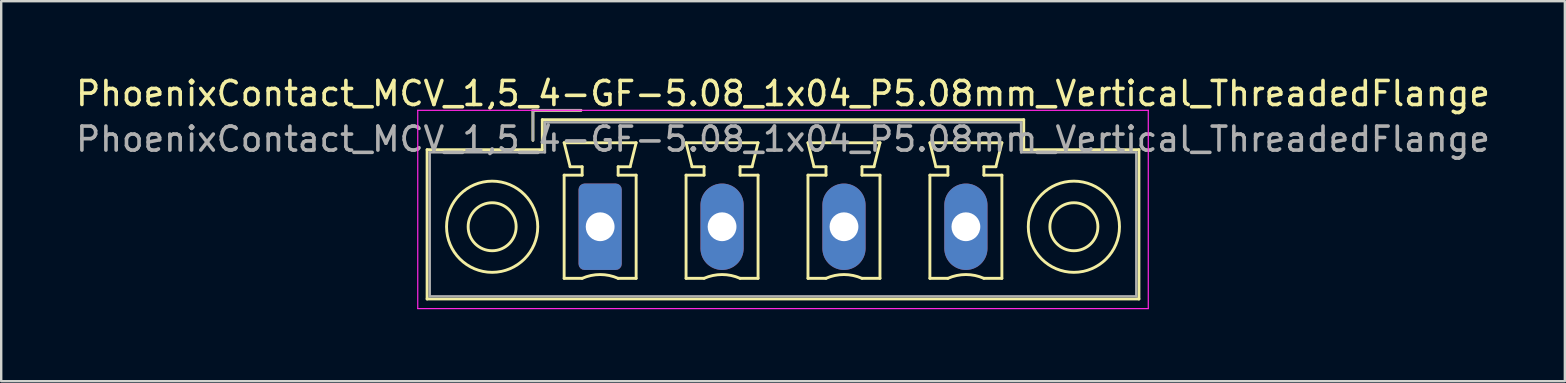
<source format=kicad_pcb>
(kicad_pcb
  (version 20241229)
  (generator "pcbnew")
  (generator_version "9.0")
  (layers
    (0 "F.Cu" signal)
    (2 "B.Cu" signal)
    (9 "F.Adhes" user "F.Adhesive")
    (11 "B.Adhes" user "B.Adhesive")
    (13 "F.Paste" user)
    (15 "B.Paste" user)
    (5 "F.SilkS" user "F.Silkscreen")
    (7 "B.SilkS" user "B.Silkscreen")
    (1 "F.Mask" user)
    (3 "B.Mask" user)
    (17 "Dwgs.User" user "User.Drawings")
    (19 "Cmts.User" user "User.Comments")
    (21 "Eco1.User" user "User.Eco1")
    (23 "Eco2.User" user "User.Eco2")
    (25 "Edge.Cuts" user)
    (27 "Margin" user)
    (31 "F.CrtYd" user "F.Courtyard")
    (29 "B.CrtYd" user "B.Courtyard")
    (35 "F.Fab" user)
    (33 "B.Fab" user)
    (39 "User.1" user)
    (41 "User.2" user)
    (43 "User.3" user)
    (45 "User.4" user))
  (footprint "PhoenixContact_MCV_1,5_4-GF-5.08_1x04_P5.08mm_Vertical_ThreadedFlange"
    (layer "F.Cu")
    (at 21.957 6.398)
    (property "Reference" "PhoenixContact_MCV_1,5_4-GF-5.08_1x04_P5.08mm_Vertical_ThreadedFlange" (at 7.62 -5.55 0) (layer "F.SilkS") (effects (font (size 1 1) (thickness 0.15))))
    (attr through_hole)
    (fp_line (start -7.21 -3.21) (end -7.21 3.01) (stroke (width 0.12) (type solid)) (layer "F.SilkS"))
    (fp_line (start -7.21 3.01) (end 22.45 3.01) (stroke (width 0.12) (type solid)) (layer "F.SilkS"))
    (fp_line (start -2.8 -4.85) (end -0.8 -4.85) (stroke (width 0.12) (type solid)) (layer "F.SilkS"))
    (fp_line (start -2.8 -3.6) (end -2.8 -4.85) (stroke (width 0.12) (type solid)) (layer "F.SilkS"))
    (fp_line (start -2.41 -4.46) (end -2.41 -3.21) (stroke (width 0.12) (type solid)) (layer "F.SilkS"))
    (fp_line (start -2.41 -3.21) (end -7.21 -3.21) (stroke (width 0.12) (type solid)) (layer "F.SilkS"))
    (fp_line (start -1.5 -3.5) (end 1.5 -3.5) (stroke (width 0.12) (type solid)) (layer "F.SilkS"))
    (fp_line (start -1.5 -2.15) (end -0.75 -2.15) (stroke (width 0.12) (type solid)) (layer "F.SilkS"))
    (fp_line (start -1.5 2.15) (end -1.5 -2.15) (stroke (width 0.12) (type solid)) (layer "F.SilkS"))
    (fp_line (start -1.25 -2.5) (end -1.5 -3.5) (stroke (width 0.12) (type solid)) (layer "F.SilkS"))
    (fp_line (start -0.75 -2.5) (end -1.25 -2.5) (stroke (width 0.12) (type solid)) (layer "F.SilkS"))
    (fp_line (start -0.75 -2.15) (end -0.75 -2.5) (stroke (width 0.12) (type solid)) (layer "F.SilkS"))
    (fp_line (start -0.75 2.15) (end -1.5 2.15) (stroke (width 0.12) (type solid)) (layer "F.SilkS"))
    (fp_line (start 0.75 -2.5) (end 0.75 -2.15) (stroke (width 0.12) (type solid)) (layer "F.SilkS"))
    (fp_line (start 0.75 -2.15) (end 1.5 -2.15) (stroke (width 0.12) (type solid)) (layer "F.SilkS"))
    (fp_line (start 1.25 -2.5) (end 0.75 -2.5) (stroke (width 0.12) (type solid)) (layer "F.SilkS"))
    (fp_line (start 1.5 -3.5) (end 1.25 -2.5) (stroke (width 0.12) (type solid)) (layer "F.SilkS"))
    (fp_line (start 1.5 -2.15) (end 1.5 2.15) (stroke (width 0.12) (type solid)) (layer "F.SilkS"))
    (fp_line (start 1.5 2.15) (end 0.75 2.15) (stroke (width 0.12) (type solid)) (layer "F.SilkS"))
    (fp_line (start 3.58 -3.5) (end 6.58 -3.5) (stroke (width 0.12) (type solid)) (layer "F.SilkS"))
    (fp_line (start 3.58 -2.15) (end 4.33 -2.15) (stroke (width 0.12) (type solid)) (layer "F.SilkS"))
    (fp_line (start 3.58 2.15) (end 3.58 -2.15) (stroke (width 0.12) (type solid)) (layer "F.SilkS"))
    (fp_line (start 3.83 -2.5) (end 3.58 -3.5) (stroke (width 0.12) (type solid)) (layer "F.SilkS"))
    (fp_line (start 4.33 -2.5) (end 3.83 -2.5) (stroke (width 0.12) (type solid)) (layer "F.SilkS"))
    (fp_line (start 4.33 -2.15) (end 4.33 -2.5) (stroke (width 0.12) (type solid)) (layer "F.SilkS"))
    (fp_line (start 4.33 2.15) (end 3.58 2.15) (stroke (width 0.12) (type solid)) (layer "F.SilkS"))
    (fp_line (start 5.83 -2.5) (end 5.83 -2.15) (stroke (width 0.12) (type solid)) (layer "F.SilkS"))
    (fp_line (start 5.83 -2.15) (end 6.58 -2.15) (stroke (width 0.12) (type solid)) (layer "F.SilkS"))
    (fp_line (start 6.33 -2.5) (end 5.83 -2.5) (stroke (width 0.12) (type solid)) (layer "F.SilkS"))
    (fp_line (start 6.58 -3.5) (end 6.33 -2.5) (stroke (width 0.12) (type solid)) (layer "F.SilkS"))
    (fp_line (start 6.58 -2.15) (end 6.58 2.15) (stroke (width 0.12) (type solid)) (layer "F.SilkS"))
    (fp_line (start 6.58 2.15) (end 5.83 2.15) (stroke (width 0.12) (type solid)) (layer "F.SilkS"))
    (fp_line (start 8.66 -3.5) (end 11.66 -3.5) (stroke (width 0.12) (type solid)) (layer "F.SilkS"))
    (fp_line (start 8.66 -2.15) (end 9.41 -2.15) (stroke (width 0.12) (type solid)) (layer "F.SilkS"))
    (fp_line (start 8.66 2.15) (end 8.66 -2.15) (stroke (width 0.12) (type solid)) (layer "F.SilkS"))
    (fp_line (start 8.91 -2.5) (end 8.66 -3.5) (stroke (width 0.12) (type solid)) (layer "F.SilkS"))
    (fp_line (start 9.41 -2.5) (end 8.91 -2.5) (stroke (width 0.12) (type solid)) (layer "F.SilkS"))
    (fp_line (start 9.41 -2.15) (end 9.41 -2.5) (stroke (width 0.12) (type solid)) (layer "F.SilkS"))
    (fp_line (start 9.41 2.15) (end 8.66 2.15) (stroke (width 0.12) (type solid)) (layer "F.SilkS"))
    (fp_line (start 10.91 -2.5) (end 10.91 -2.15) (stroke (width 0.12) (type solid)) (layer "F.SilkS"))
    (fp_line (start 10.91 -2.15) (end 11.66 -2.15) (stroke (width 0.12) (type solid)) (layer "F.SilkS"))
    (fp_line (start 11.41 -2.5) (end 10.91 -2.5) (stroke (width 0.12) (type solid)) (layer "F.SilkS"))
    (fp_line (start 11.66 -3.5) (end 11.41 -2.5) (stroke (width 0.12) (type solid)) (layer "F.SilkS"))
    (fp_line (start 11.66 -2.15) (end 11.66 2.15) (stroke (width 0.12) (type solid)) (layer "F.SilkS"))
    (fp_line (start 11.66 2.15) (end 10.91 2.15) (stroke (width 0.12) (type solid)) (layer "F.SilkS"))
    (fp_line (start 13.74 -3.5) (end 16.74 -3.5) (stroke (width 0.12) (type solid)) (layer "F.SilkS"))
    (fp_line (start 13.74 -2.15) (end 14.49 -2.15) (stroke (width 0.12) (type solid)) (layer "F.SilkS"))
    (fp_line (start 13.74 2.15) (end 13.74 -2.15) (stroke (width 0.12) (type solid)) (layer "F.SilkS"))
    (fp_line (start 13.99 -2.5) (end 13.74 -3.5) (stroke (width 0.12) (type solid)) (layer "F.SilkS"))
    (fp_line (start 14.49 -2.5) (end 13.99 -2.5) (stroke (width 0.12) (type solid)) (layer "F.SilkS"))
    (fp_line (start 14.49 -2.15) (end 14.49 -2.5) (stroke (width 0.12) (type solid)) (layer "F.SilkS"))
    (fp_line (start 14.49 2.15) (end 13.74 2.15) (stroke (width 0.12) (type solid)) (layer "F.SilkS"))
    (fp_line (start 15.99 -2.5) (end 15.99 -2.15) (stroke (width 0.12) (type solid)) (layer "F.SilkS"))
    (fp_line (start 15.99 -2.15) (end 16.74 -2.15) (stroke (width 0.12) (type solid)) (layer "F.SilkS"))
    (fp_line (start 16.49 -2.5) (end 15.99 -2.5) (stroke (width 0.12) (type solid)) (layer "F.SilkS"))
    (fp_line (start 16.74 -3.5) (end 16.49 -2.5) (stroke (width 0.12) (type solid)) (layer "F.SilkS"))
    (fp_line (start 16.74 -2.15) (end 16.74 2.15) (stroke (width 0.12) (type solid)) (layer "F.SilkS"))
    (fp_line (start 16.74 2.15) (end 15.99 2.15) (stroke (width 0.12) (type solid)) (layer "F.SilkS"))
    (fp_line (start 17.65 -4.46) (end -2.41 -4.46) (stroke (width 0.12) (type solid)) (layer "F.SilkS"))
    (fp_line (start 17.65 -3.21) (end 17.65 -4.46) (stroke (width 0.12) (type solid)) (layer "F.SilkS"))
    (fp_line (start 22.45 -3.21) (end 17.65 -3.21) (stroke (width 0.12) (type solid)) (layer "F.SilkS"))
    (fp_line (start 22.45 3.01) (end 22.45 -3.21) (stroke (width 0.12) (type solid)) (layer "F.SilkS"))
    (fp_arc (start -0.75 2.15) (mid -0.000193 1.99191) (end 0.749647 2.149844) (stroke (width 0.12) (type solid)) (layer "F.SilkS"))
    (fp_arc (start 4.33 2.15) (mid 5.079807 1.99191) (end 5.829647 2.149844) (stroke (width 0.12) (type solid)) (layer "F.SilkS"))
    (fp_arc (start 9.41 2.15) (mid 10.159807 1.99191) (end 10.909647 2.149844) (stroke (width 0.12) (type solid)) (layer "F.SilkS"))
    (fp_arc (start 14.49 2.15) (mid 15.239807 1.99191) (end 15.989647 2.149844) (stroke (width 0.12) (type solid)) (layer "F.SilkS"))
    (fp_circle (center -4.5 0) (end -3.5 0) (stroke (width 0.12) (type solid)) (fill no) (layer "F.SilkS"))
    (fp_circle (center -4.5 0) (end -2.6 0) (stroke (width 0.12) (type solid)) (fill no) (layer "F.SilkS"))
    (fp_circle (center 19.74 0) (end 20.74 0) (stroke (width 0.12) (type solid)) (fill no) (layer "F.SilkS"))
    (fp_circle (center 19.74 0) (end 21.64 0) (stroke (width 0.12) (type solid)) (fill no) (layer "F.SilkS"))
    (fp_line (start -7.6 -4.85) (end -7.6 3.41) (stroke (width 0.05) (type solid)) (layer "F.CrtYd"))
    (fp_line (start -7.6 3.41) (end 22.84 3.41) (stroke (width 0.05) (type solid)) (layer "F.CrtYd"))
    (fp_line (start 22.84 -4.85) (end -7.6 -4.85) (stroke (width 0.05) (type solid)) (layer "F.CrtYd"))
    (fp_line (start 22.84 3.41) (end 22.84 -4.85) (stroke (width 0.05) (type solid)) (layer "F.CrtYd"))
    (fp_line (start -7.1 -3.1) (end -7.1 2.9) (stroke (width 0.1) (type solid)) (layer "F.Fab"))
    (fp_line (start -7.1 2.9) (end 22.34 2.9) (stroke (width 0.1) (type solid)) (layer "F.Fab"))
    (fp_line (start -2.8 -4.85) (end -0.8 -4.85) (stroke (width 0.1) (type solid)) (layer "F.Fab"))
    (fp_line (start -2.8 -3.6) (end -2.8 -4.85) (stroke (width 0.1) (type solid)) (layer "F.Fab"))
    (fp_line (start -2.3 -4.35) (end -2.3 -3.1) (stroke (width 0.1) (type solid)) (layer "F.Fab"))
    (fp_line (start -2.3 -3.1) (end -7.1 -3.1) (stroke (width 0.1) (type solid)) (layer "F.Fab"))
    (fp_line (start 17.54 -4.35) (end -2.3 -4.35) (stroke (width 0.1) (type solid)) (layer "F.Fab"))
    (fp_line (start 17.54 -3.1) (end 17.54 -4.35) (stroke (width 0.1) (type solid)) (layer "F.Fab"))
    (fp_line (start 22.34 -3.1) (end 17.54 -3.1) (stroke (width 0.1) (type solid)) (layer "F.Fab"))
    (fp_line (start 22.34 2.9) (end 22.34 -3.1) (stroke (width 0.1) (type solid)) (layer "F.Fab"))
    (fp_text user "${REFERENCE}" (at 7.62 -3.65 0) (layer "F.Fab") (effects (font (size 1 1) (thickness 0.15))))
    (pad "1" thru_hole roundrect (at 0 0) (size 1.8 3.6) (drill 1.2) (layers "*.Cu" "*.Mask") (roundrect_rratio 0.139))
    (pad "2" thru_hole oval (at 5.08 0) (size 1.8 3.6) (drill 1.2) (layers "*.Cu" "*.Mask"))
    (pad "3" thru_hole oval (at 10.16 0) (size 1.8 3.6) (drill 1.2) (layers "*.Cu" "*.Mask"))
    (pad "4" thru_hole oval (at 15.24 0) (size 1.8 3.6) (drill 1.2) (layers "*.Cu" "*.Mask")))
  (gr_rect
    (start -3 -3)
    (end 62.155 12.833)
    (stroke (width 0.1) (type default))
    (fill no)
    (layer "Edge.Cuts")))
</source>
